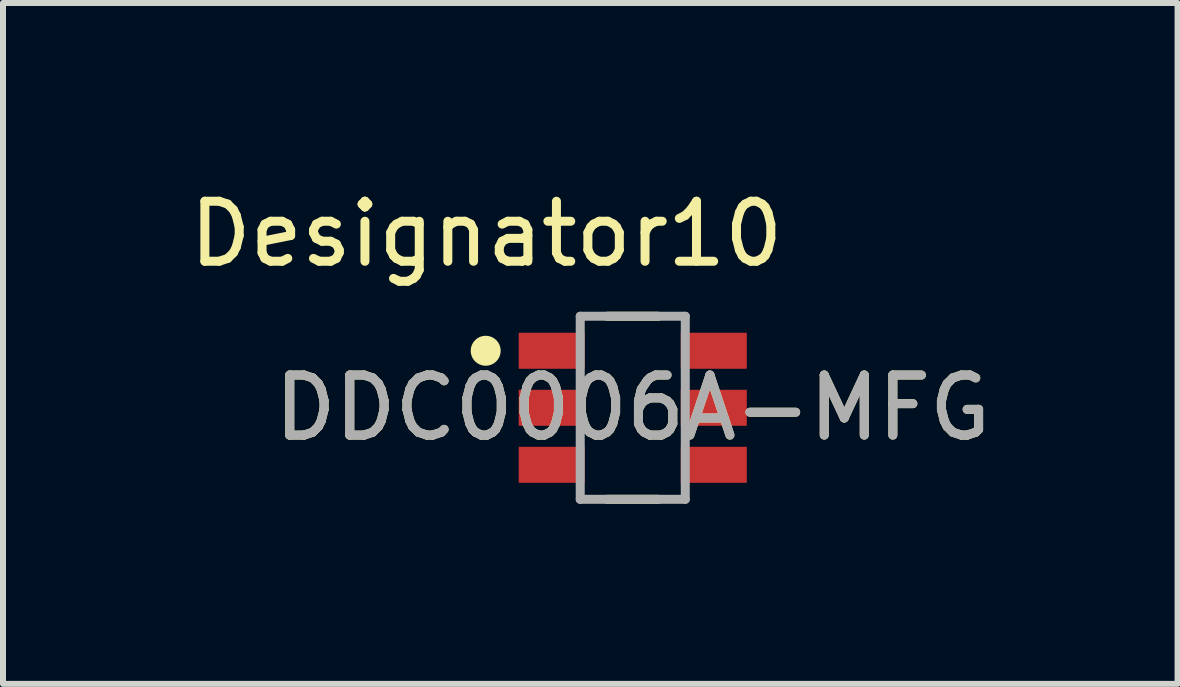
<source format=kicad_pcb>
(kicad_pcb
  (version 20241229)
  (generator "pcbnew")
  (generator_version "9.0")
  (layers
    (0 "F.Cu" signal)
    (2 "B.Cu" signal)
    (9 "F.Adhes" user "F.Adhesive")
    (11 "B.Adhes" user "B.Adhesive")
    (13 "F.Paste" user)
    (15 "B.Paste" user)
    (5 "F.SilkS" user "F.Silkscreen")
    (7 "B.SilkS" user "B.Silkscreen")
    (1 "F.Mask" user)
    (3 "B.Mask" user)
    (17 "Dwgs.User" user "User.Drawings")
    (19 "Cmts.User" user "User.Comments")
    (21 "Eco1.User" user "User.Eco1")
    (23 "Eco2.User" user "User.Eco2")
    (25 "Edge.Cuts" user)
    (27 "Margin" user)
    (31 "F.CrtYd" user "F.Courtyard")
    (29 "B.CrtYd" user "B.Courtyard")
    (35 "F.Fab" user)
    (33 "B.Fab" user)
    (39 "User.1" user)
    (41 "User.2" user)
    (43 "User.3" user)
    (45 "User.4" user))
  (footprint "DDC0006A-MFG"
    (layer "F.Cu")
    (at 7.492 3.744)
    (property "Reference" "DDC0006A-MFG" (at 0 0 0) (unlocked yes) (layer "F.SilkS") (effects (font (size 1 1) (thickness 0.15))))
    (attr smd)
    (fp_line (start -0.425 -1.525) (end 0.425 -1.525) (stroke (width 0.15) (type solid)) (layer "F.SilkS"))
    (fp_line (start -0.425 1.525) (end 0.425 1.525) (stroke (width 0.15) (type solid)) (layer "F.SilkS"))
    (fp_circle (center -2.45 -0.95) (end -2.325 -0.95) (stroke (width 0.25) (type solid)) (fill no) (layer "F.SilkS"))
    (fp_line (start -0.875 -1.525) (end 0.875 -1.525) (stroke (width 0.15) (type solid)) (layer "F.Fab"))
    (fp_line (start -0.875 1.525) (end -0.875 -1.525) (stroke (width 0.15) (type solid)) (layer "F.Fab"))
    (fp_line (start -0.875 1.525) (end 0.875 1.525) (stroke (width 0.15) (type solid)) (layer "F.Fab"))
    (fp_line (start 0.875 1.525) (end 0.875 -1.525) (stroke (width 0.15) (type solid)) (layer "F.Fab"))
    (fp_text user "Designator10" (at -2.438 -2.896 0) (unlocked yes) (layer "F.SilkS") (effects (font (size 1 1) (thickness 0.15))))
    (fp_text user "${REFERENCE}" (at 0 0 0) (unlocked yes) (layer "F.Fab") (effects (font (size 1 1) (thickness 0.15))))
    (pad "1" smd rect (at -1.35 -0.95) (size 1.1 0.6) (layers "F.Cu" "F.Mask" "F.Paste"))
    (pad "2" smd rect (at -1.35 0) (size 1.1 0.6) (layers "F.Cu" "F.Mask" "F.Paste"))
    (pad "3" smd rect (at -1.35 0.95) (size 1.1 0.6) (layers "F.Cu" "F.Mask" "F.Paste"))
    (pad "4" smd rect (at 1.35 0.95) (size 1.1 0.6) (layers "F.Cu" "F.Mask" "F.Paste"))
    (pad "5" smd rect (at 1.35 0) (size 1.1 0.6) (layers "F.Cu" "F.Mask" "F.Paste"))
    (pad "6" smd rect (at 1.35 -0.95) (size 1.1 0.6) (layers "F.Cu" "F.Mask" "F.Paste")))
  (gr_rect
    (start -3 -3)
    (end 16.569 8.344)
    (stroke (width 0.1) (type default))
    (fill no)
    (layer "Edge.Cuts")))
</source>
